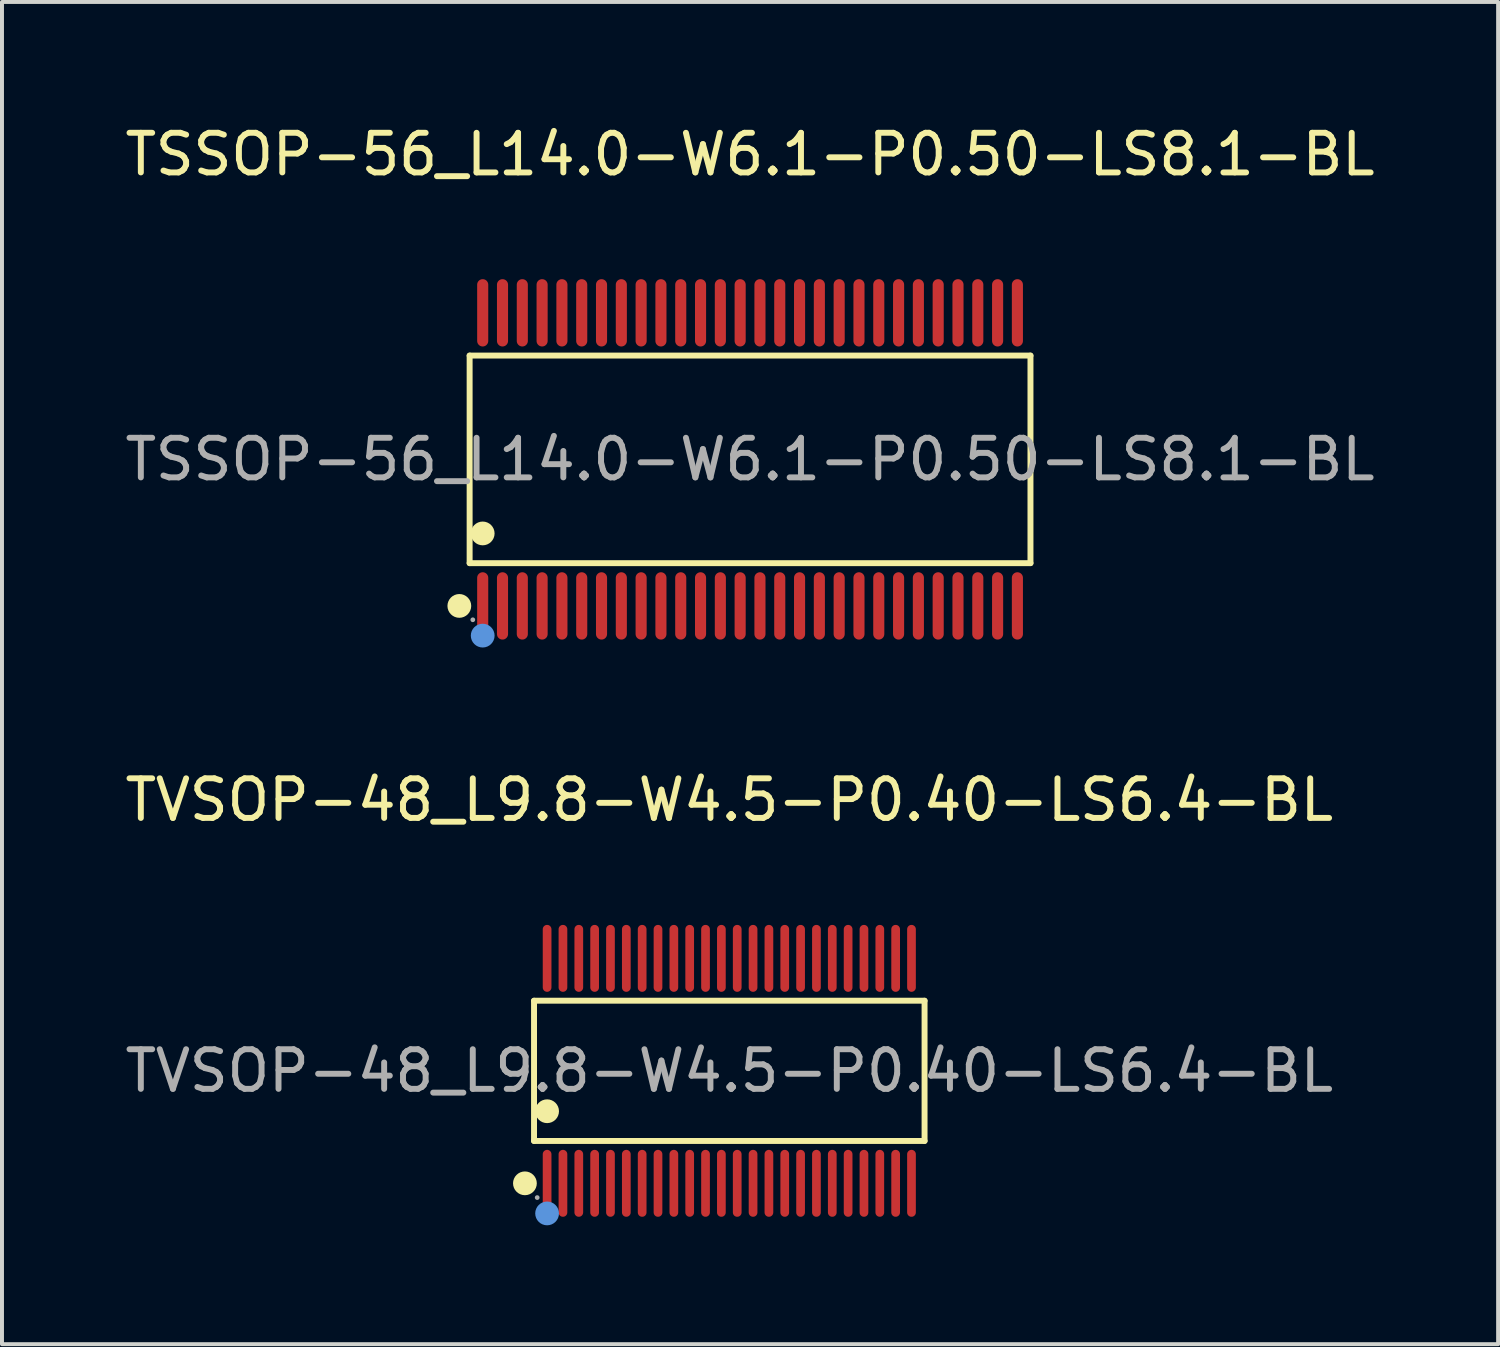
<source format=kicad_pcb>
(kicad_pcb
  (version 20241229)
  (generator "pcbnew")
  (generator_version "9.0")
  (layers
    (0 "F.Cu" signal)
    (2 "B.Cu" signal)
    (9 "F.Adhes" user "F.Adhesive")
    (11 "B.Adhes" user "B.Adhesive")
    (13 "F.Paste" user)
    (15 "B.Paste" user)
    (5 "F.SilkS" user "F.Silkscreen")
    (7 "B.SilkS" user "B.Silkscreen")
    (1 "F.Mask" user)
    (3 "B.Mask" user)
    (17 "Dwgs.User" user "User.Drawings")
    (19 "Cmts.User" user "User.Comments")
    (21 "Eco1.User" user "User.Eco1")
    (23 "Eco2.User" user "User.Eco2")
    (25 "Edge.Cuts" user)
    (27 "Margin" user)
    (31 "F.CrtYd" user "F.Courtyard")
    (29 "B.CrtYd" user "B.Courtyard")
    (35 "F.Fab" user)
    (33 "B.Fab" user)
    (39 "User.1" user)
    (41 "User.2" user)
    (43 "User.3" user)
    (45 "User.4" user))
  (footprint "TVSOP-48_L9.8-W4.5-P0.40-LS6.4-BL"
    (layer "F.Cu")
    (at 15.363 23.986)
    (property "Reference" "TVSOP-48_L9.8-W4.5-P0.40-LS6.4-BL" (at 0 -6.84 0) (layer "F.SilkS") (effects (font (size 1 1) (thickness 0.15))))
    (attr through_hole)
    (fp_line (start -4.93 -1.77) (end 4.93 -1.77) (stroke (width 0.15) (type solid)) (layer "F.SilkS"))
    (fp_line (start -4.93 1.77) (end -4.93 -1.77) (stroke (width 0.15) (type solid)) (layer "F.SilkS"))
    (fp_line (start 4.93 -1.77) (end 4.93 1.77) (stroke (width 0.15) (type solid)) (layer "F.SilkS"))
    (fp_line (start 4.93 1.77) (end -4.93 1.77) (stroke (width 0.15) (type solid)) (layer "F.SilkS"))
    (fp_circle (center -5.16 2.84) (end -5.01 2.84) (stroke (width 0.3) (type solid)) (fill no) (layer "F.SilkS"))
    (fp_circle (center -4.6 1.02) (end -4.45 1.02) (stroke (width 0.3) (type solid)) (fill no) (layer "F.SilkS"))
    (fp_circle (center -4.6 3.6) (end -4.45 3.6) (stroke (width 0.3) (type solid)) (fill no) (layer "Cmts.User"))
    (fp_circle (center -4.85 3.2) (end -4.82 3.2) (stroke (width 0.06) (type solid)) (fill no) (layer "F.Fab"))
    (fp_text user "${REFERENCE}" (at 0 0 0) (layer "F.Fab") (effects (font (size 1 1) (thickness 0.15))))
    (pad "1" smd oval (at -4.6 2.84) (size 0.22 1.69) (layers "F.Cu" "F.Mask" "F.Paste"))
    (pad "2" smd oval (at -4.2 2.84) (size 0.22 1.69) (layers "F.Cu" "F.Mask" "F.Paste"))
    (pad "3" smd oval (at -3.8 2.84) (size 0.22 1.69) (layers "F.Cu" "F.Mask" "F.Paste"))
    (pad "4" smd oval (at -3.4 2.84) (size 0.22 1.69) (layers "F.Cu" "F.Mask" "F.Paste"))
    (pad "5" smd oval (at -3 2.84) (size 0.22 1.69) (layers "F.Cu" "F.Mask" "F.Paste"))
    (pad "6" smd oval (at -2.6 2.84) (size 0.22 1.69) (layers "F.Cu" "F.Mask" "F.Paste"))
    (pad "7" smd oval (at -2.2 2.84) (size 0.22 1.69) (layers "F.Cu" "F.Mask" "F.Paste"))
    (pad "8" smd oval (at -1.8 2.84) (size 0.22 1.69) (layers "F.Cu" "F.Mask" "F.Paste"))
    (pad "9" smd oval (at -1.4 2.84) (size 0.22 1.69) (layers "F.Cu" "F.Mask" "F.Paste"))
    (pad "10" smd oval (at -1 2.84) (size 0.22 1.69) (layers "F.Cu" "F.Mask" "F.Paste"))
    (pad "11" smd oval (at -0.6 2.84) (size 0.22 1.69) (layers "F.Cu" "F.Mask" "F.Paste"))
    (pad "12" smd oval (at -0.2 2.84) (size 0.22 1.69) (layers "F.Cu" "F.Mask" "F.Paste"))
    (pad "13" smd oval (at 0.2 2.84) (size 0.22 1.69) (layers "F.Cu" "F.Mask" "F.Paste"))
    (pad "14" smd oval (at 0.6 2.84) (size 0.22 1.69) (layers "F.Cu" "F.Mask" "F.Paste"))
    (pad "15" smd oval (at 1 2.84) (size 0.22 1.69) (layers "F.Cu" "F.Mask" "F.Paste"))
    (pad "16" smd oval (at 1.4 2.84) (size 0.22 1.69) (layers "F.Cu" "F.Mask" "F.Paste"))
    (pad "17" smd oval (at 1.8 2.84) (size 0.22 1.69) (layers "F.Cu" "F.Mask" "F.Paste"))
    (pad "18" smd oval (at 2.2 2.84) (size 0.22 1.69) (layers "F.Cu" "F.Mask" "F.Paste"))
    (pad "19" smd oval (at 2.6 2.84) (size 0.22 1.69) (layers "F.Cu" "F.Mask" "F.Paste"))
    (pad "20" smd oval (at 3 2.84) (size 0.22 1.69) (layers "F.Cu" "F.Mask" "F.Paste"))
    (pad "21" smd oval (at 3.4 2.84) (size 0.22 1.69) (layers "F.Cu" "F.Mask" "F.Paste"))
    (pad "22" smd oval (at 3.8 2.84) (size 0.22 1.69) (layers "F.Cu" "F.Mask" "F.Paste"))
    (pad "23" smd oval (at 4.2 2.84) (size 0.22 1.69) (layers "F.Cu" "F.Mask" "F.Paste"))
    (pad "24" smd oval (at 4.6 2.84) (size 0.22 1.69) (layers "F.Cu" "F.Mask" "F.Paste"))
    (pad "25" smd oval (at 4.6 -2.84) (size 0.22 1.69) (layers "F.Cu" "F.Mask" "F.Paste"))
    (pad "26" smd oval (at 4.2 -2.84) (size 0.22 1.69) (layers "F.Cu" "F.Mask" "F.Paste"))
    (pad "27" smd oval (at 3.8 -2.84) (size 0.22 1.69) (layers "F.Cu" "F.Mask" "F.Paste"))
    (pad "28" smd oval (at 3.4 -2.84) (size 0.22 1.69) (layers "F.Cu" "F.Mask" "F.Paste"))
    (pad "29" smd oval (at 3 -2.84) (size 0.22 1.69) (layers "F.Cu" "F.Mask" "F.Paste"))
    (pad "30" smd oval (at 2.6 -2.84) (size 0.22 1.69) (layers "F.Cu" "F.Mask" "F.Paste"))
    (pad "31" smd oval (at 2.2 -2.84) (size 0.22 1.69) (layers "F.Cu" "F.Mask" "F.Paste"))
    (pad "32" smd oval (at 1.8 -2.84) (size 0.22 1.69) (layers "F.Cu" "F.Mask" "F.Paste"))
    (pad "33" smd oval (at 1.4 -2.84) (size 0.22 1.69) (layers "F.Cu" "F.Mask" "F.Paste"))
    (pad "34" smd oval (at 1 -2.84) (size 0.22 1.69) (layers "F.Cu" "F.Mask" "F.Paste"))
    (pad "35" smd oval (at 0.6 -2.84) (size 0.22 1.69) (layers "F.Cu" "F.Mask" "F.Paste"))
    (pad "36" smd oval (at 0.2 -2.84) (size 0.22 1.69) (layers "F.Cu" "F.Mask" "F.Paste"))
    (pad "37" smd oval (at -0.2 -2.84) (size 0.22 1.69) (layers "F.Cu" "F.Mask" "F.Paste"))
    (pad "38" smd oval (at -0.6 -2.84) (size 0.22 1.69) (layers "F.Cu" "F.Mask" "F.Paste"))
    (pad "39" smd oval (at -1 -2.84) (size 0.22 1.69) (layers "F.Cu" "F.Mask" "F.Paste"))
    (pad "40" smd oval (at -1.4 -2.84) (size 0.22 1.69) (layers "F.Cu" "F.Mask" "F.Paste"))
    (pad "41" smd oval (at -1.8 -2.84) (size 0.22 1.69) (layers "F.Cu" "F.Mask" "F.Paste"))
    (pad "42" smd oval (at -2.2 -2.84) (size 0.22 1.69) (layers "F.Cu" "F.Mask" "F.Paste"))
    (pad "43" smd oval (at -2.6 -2.84) (size 0.22 1.69) (layers "F.Cu" "F.Mask" "F.Paste"))
    (pad "44" smd oval (at -3 -2.84) (size 0.22 1.69) (layers "F.Cu" "F.Mask" "F.Paste"))
    (pad "45" smd oval (at -3.4 -2.84) (size 0.22 1.69) (layers "F.Cu" "F.Mask" "F.Paste"))
    (pad "46" smd oval (at -3.8 -2.84) (size 0.22 1.69) (layers "F.Cu" "F.Mask" "F.Paste"))
    (pad "47" smd oval (at -4.2 -2.84) (size 0.22 1.69) (layers "F.Cu" "F.Mask" "F.Paste"))
    (pad "48" smd oval (at -4.6 -2.84) (size 0.22 1.69) (layers "F.Cu" "F.Mask" "F.Paste")))
  (footprint "TSSOP-56_L14.0-W6.1-P0.50-LS8.1-BL"
    (layer "F.Cu")
    (at 15.887 8.548)
    (property "Reference" "TSSOP-56_L14.0-W6.1-P0.50-LS8.1-BL" (at 0 -7.7 0) (layer "F.SilkS") (effects (font (size 1 1) (thickness 0.15))))
    (attr through_hole)
    (fp_line (start -7.08 -2.62) (end 7.08 -2.62) (stroke (width 0.15) (type solid)) (layer "F.SilkS"))
    (fp_line (start -7.08 2.62) (end -7.08 -2.62) (stroke (width 0.15) (type solid)) (layer "F.SilkS"))
    (fp_line (start 7.08 -2.62) (end 7.08 2.62) (stroke (width 0.15) (type solid)) (layer "F.SilkS"))
    (fp_line (start 7.08 2.62) (end -7.08 2.62) (stroke (width 0.15) (type solid)) (layer "F.SilkS"))
    (fp_circle (center -7.34 3.7) (end -7.19 3.7) (stroke (width 0.3) (type solid)) (fill no) (layer "F.SilkS"))
    (fp_circle (center -6.75 1.87) (end -6.6 1.87) (stroke (width 0.3) (type solid)) (fill no) (layer "F.SilkS"))
    (fp_circle (center -6.75 4.45) (end -6.6 4.45) (stroke (width 0.3) (type solid)) (fill no) (layer "Cmts.User"))
    (fp_circle (center -7 4.05) (end -6.97 4.05) (stroke (width 0.06) (type solid)) (fill no) (layer "F.Fab"))
    (fp_text user "${REFERENCE}" (at 0 0 0) (layer "F.Fab") (effects (font (size 1 1) (thickness 0.15))))
    (pad "1" smd oval (at -6.75 3.7) (size 0.28 1.7) (layers "F.Cu" "F.Mask" "F.Paste"))
    (pad "2" smd oval (at -6.25 3.7) (size 0.28 1.7) (layers "F.Cu" "F.Mask" "F.Paste"))
    (pad "3" smd oval (at -5.75 3.7) (size 0.28 1.7) (layers "F.Cu" "F.Mask" "F.Paste"))
    (pad "4" smd oval (at -5.25 3.7) (size 0.28 1.7) (layers "F.Cu" "F.Mask" "F.Paste"))
    (pad "5" smd oval (at -4.75 3.7) (size 0.28 1.7) (layers "F.Cu" "F.Mask" "F.Paste"))
    (pad "6" smd oval (at -4.25 3.7) (size 0.28 1.7) (layers "F.Cu" "F.Mask" "F.Paste"))
    (pad "7" smd oval (at -3.75 3.7) (size 0.28 1.7) (layers "F.Cu" "F.Mask" "F.Paste"))
    (pad "8" smd oval (at -3.25 3.7) (size 0.28 1.7) (layers "F.Cu" "F.Mask" "F.Paste"))
    (pad "9" smd oval (at -2.75 3.7) (size 0.28 1.7) (layers "F.Cu" "F.Mask" "F.Paste"))
    (pad "10" smd oval (at -2.25 3.7) (size 0.28 1.7) (layers "F.Cu" "F.Mask" "F.Paste"))
    (pad "11" smd oval (at -1.75 3.7) (size 0.28 1.7) (layers "F.Cu" "F.Mask" "F.Paste"))
    (pad "12" smd oval (at -1.25 3.7) (size 0.28 1.7) (layers "F.Cu" "F.Mask" "F.Paste"))
    (pad "13" smd oval (at -0.75 3.7) (size 0.28 1.7) (layers "F.Cu" "F.Mask" "F.Paste"))
    (pad "14" smd oval (at -0.25 3.7) (size 0.28 1.7) (layers "F.Cu" "F.Mask" "F.Paste"))
    (pad "15" smd oval (at 0.25 3.7) (size 0.28 1.7) (layers "F.Cu" "F.Mask" "F.Paste"))
    (pad "16" smd oval (at 0.75 3.7) (size 0.28 1.7) (layers "F.Cu" "F.Mask" "F.Paste"))
    (pad "17" smd oval (at 1.25 3.7) (size 0.28 1.7) (layers "F.Cu" "F.Mask" "F.Paste"))
    (pad "18" smd oval (at 1.75 3.7) (size 0.28 1.7) (layers "F.Cu" "F.Mask" "F.Paste"))
    (pad "19" smd oval (at 2.25 3.7) (size 0.28 1.7) (layers "F.Cu" "F.Mask" "F.Paste"))
    (pad "20" smd oval (at 2.75 3.7) (size 0.28 1.7) (layers "F.Cu" "F.Mask" "F.Paste"))
    (pad "21" smd oval (at 3.25 3.7) (size 0.28 1.7) (layers "F.Cu" "F.Mask" "F.Paste"))
    (pad "22" smd oval (at 3.75 3.7) (size 0.28 1.7) (layers "F.Cu" "F.Mask" "F.Paste"))
    (pad "23" smd oval (at 4.25 3.7) (size 0.28 1.7) (layers "F.Cu" "F.Mask" "F.Paste"))
    (pad "24" smd oval (at 4.75 3.7) (size 0.28 1.7) (layers "F.Cu" "F.Mask" "F.Paste"))
    (pad "25" smd oval (at 5.25 3.7) (size 0.28 1.7) (layers "F.Cu" "F.Mask" "F.Paste"))
    (pad "26" smd oval (at 5.75 3.7) (size 0.28 1.7) (layers "F.Cu" "F.Mask" "F.Paste"))
    (pad "27" smd oval (at 6.25 3.7) (size 0.28 1.7) (layers "F.Cu" "F.Mask" "F.Paste"))
    (pad "28" smd oval (at 6.75 3.7) (size 0.28 1.7) (layers "F.Cu" "F.Mask" "F.Paste"))
    (pad "29" smd oval (at 6.75 -3.7) (size 0.28 1.7) (layers "F.Cu" "F.Mask" "F.Paste"))
    (pad "30" smd oval (at 6.25 -3.7) (size 0.28 1.7) (layers "F.Cu" "F.Mask" "F.Paste"))
    (pad "31" smd oval (at 5.75 -3.7) (size 0.28 1.7) (layers "F.Cu" "F.Mask" "F.Paste"))
    (pad "32" smd oval (at 5.25 -3.7) (size 0.28 1.7) (layers "F.Cu" "F.Mask" "F.Paste"))
    (pad "33" smd oval (at 4.75 -3.7) (size 0.28 1.7) (layers "F.Cu" "F.Mask" "F.Paste"))
    (pad "34" smd oval (at 4.25 -3.7) (size 0.28 1.7) (layers "F.Cu" "F.Mask" "F.Paste"))
    (pad "35" smd oval (at 3.75 -3.7) (size 0.28 1.7) (layers "F.Cu" "F.Mask" "F.Paste"))
    (pad "36" smd oval (at 3.25 -3.7) (size 0.28 1.7) (layers "F.Cu" "F.Mask" "F.Paste"))
    (pad "37" smd oval (at 2.75 -3.7) (size 0.28 1.7) (layers "F.Cu" "F.Mask" "F.Paste"))
    (pad "38" smd oval (at 2.25 -3.7) (size 0.28 1.7) (layers "F.Cu" "F.Mask" "F.Paste"))
    (pad "39" smd oval (at 1.75 -3.7) (size 0.28 1.7) (layers "F.Cu" "F.Mask" "F.Paste"))
    (pad "40" smd oval (at 1.25 -3.7) (size 0.28 1.7) (layers "F.Cu" "F.Mask" "F.Paste"))
    (pad "41" smd oval (at 0.75 -3.7) (size 0.28 1.7) (layers "F.Cu" "F.Mask" "F.Paste"))
    (pad "42" smd oval (at 0.25 -3.7) (size 0.28 1.7) (layers "F.Cu" "F.Mask" "F.Paste"))
    (pad "43" smd oval (at -0.25 -3.7) (size 0.28 1.7) (layers "F.Cu" "F.Mask" "F.Paste"))
    (pad "44" smd oval (at -0.75 -3.7) (size 0.28 1.7) (layers "F.Cu" "F.Mask" "F.Paste"))
    (pad "45" smd oval (at -1.25 -3.7) (size 0.28 1.7) (layers "F.Cu" "F.Mask" "F.Paste"))
    (pad "46" smd oval (at -1.75 -3.7) (size 0.28 1.7) (layers "F.Cu" "F.Mask" "F.Paste"))
    (pad "47" smd oval (at -2.25 -3.7) (size 0.28 1.7) (layers "F.Cu" "F.Mask" "F.Paste"))
    (pad "48" smd oval (at -2.75 -3.7) (size 0.28 1.7) (layers "F.Cu" "F.Mask" "F.Paste"))
    (pad "49" smd oval (at -3.25 -3.7) (size 0.28 1.7) (layers "F.Cu" "F.Mask" "F.Paste"))
    (pad "50" smd oval (at -3.75 -3.7) (size 0.28 1.7) (layers "F.Cu" "F.Mask" "F.Paste"))
    (pad "51" smd oval (at -4.25 -3.7) (size 0.28 1.7) (layers "F.Cu" "F.Mask" "F.Paste"))
    (pad "52" smd oval (at -4.75 -3.7) (size 0.28 1.7) (layers "F.Cu" "F.Mask" "F.Paste"))
    (pad "53" smd oval (at -5.25 -3.7) (size 0.28 1.7) (layers "F.Cu" "F.Mask" "F.Paste"))
    (pad "54" smd oval (at -5.75 -3.7) (size 0.28 1.7) (layers "F.Cu" "F.Mask" "F.Paste"))
    (pad "55" smd oval (at -6.25 -3.7) (size 0.28 1.7) (layers "F.Cu" "F.Mask" "F.Paste"))
    (pad "56" smd oval (at -6.75 -3.7) (size 0.28 1.7) (layers "F.Cu" "F.Mask" "F.Paste")))
  (gr_rect
    (start -3 -3)
    (end 34.774 30.887)
    (stroke (width 0.1) (type default))
    (fill no)
    (layer "Edge.Cuts")))
</source>
